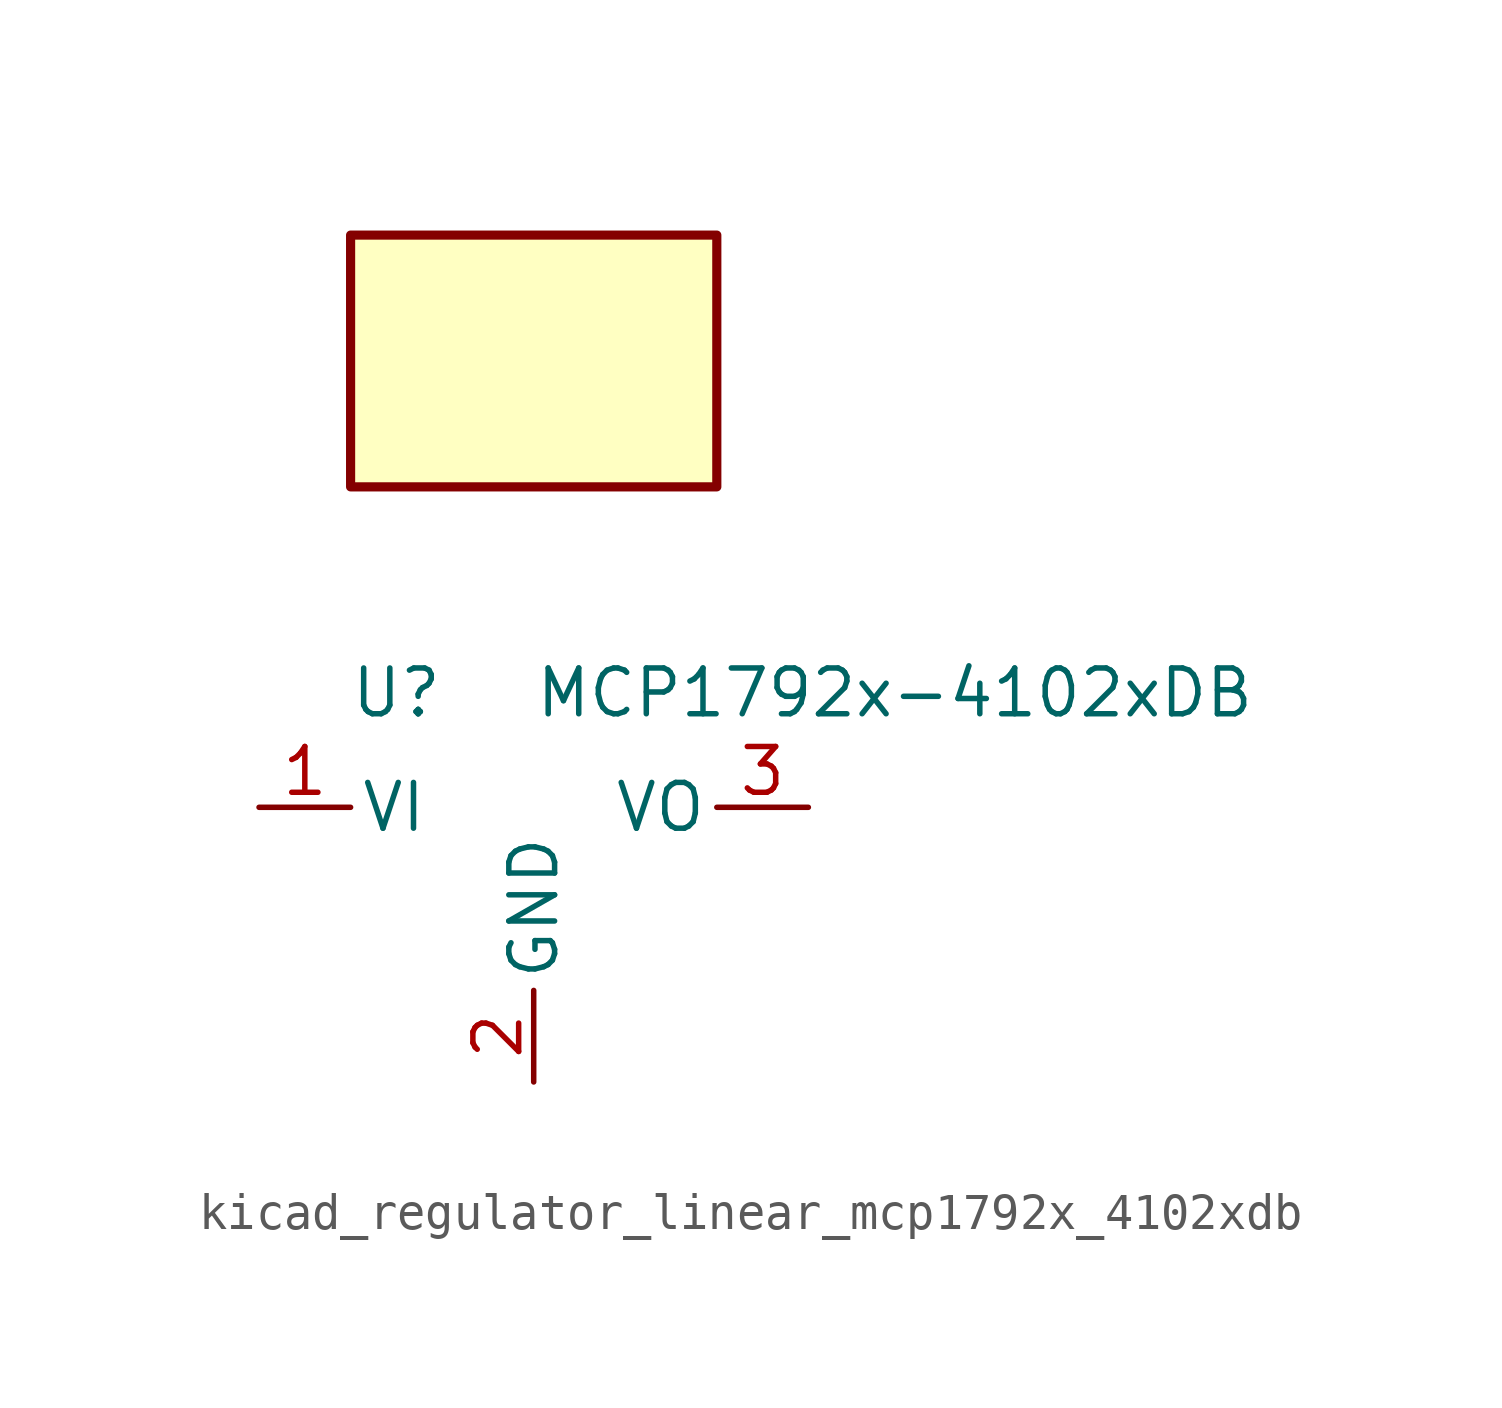
<source format=kicad_sym>
(kicad_symbol_lib
  (version 20220914)
  (generator kicad_symbol_editor)
  (symbol "kicad_regulator_linear_mcp1792x_4102xdb"
    (pin_names
      (offset 0.254))
    (property "Reference" "U"
      (at -3.81 3.175 0)
      (effects (font (size 1.27 1.27))))
    (property "Value" "MCP1792x-4102xDB"
      (at 0 3.175 0)
      (effects (font (size 1.27 1.27)) (justify left)))
    (symbol "kicad_regulator_linear_mcp1792x_4102xdb_0_1"
      (rectangle (start 5.08 15.875) (end -5.08 8.89) (stroke (width 0.254) (type default)) (fill (type background))))
    (symbol "kicad_regulator_linear_mcp1792x_4102xdb_1_1"
      (pin power_in line (at -7.62 0 0) (length 2.54) (name "VI" (effects (font (size 1.27 1.27)))) (number "1" (effects (font (size 1.27 1.27)))))
      (pin power_in line (at 0 -7.62 90) (length 2.54) (name "GND" (effects (font (size 1.27 1.27)))) (number "2" (effects (font (size 1.27 1.27)))))
      (pin power_out line (at 7.62 0 180) (length 2.54) (name "VO" (effects (font (size 1.27 1.27)))) (number "3" (effects (font (size 1.27 1.27))))))))
</source>
